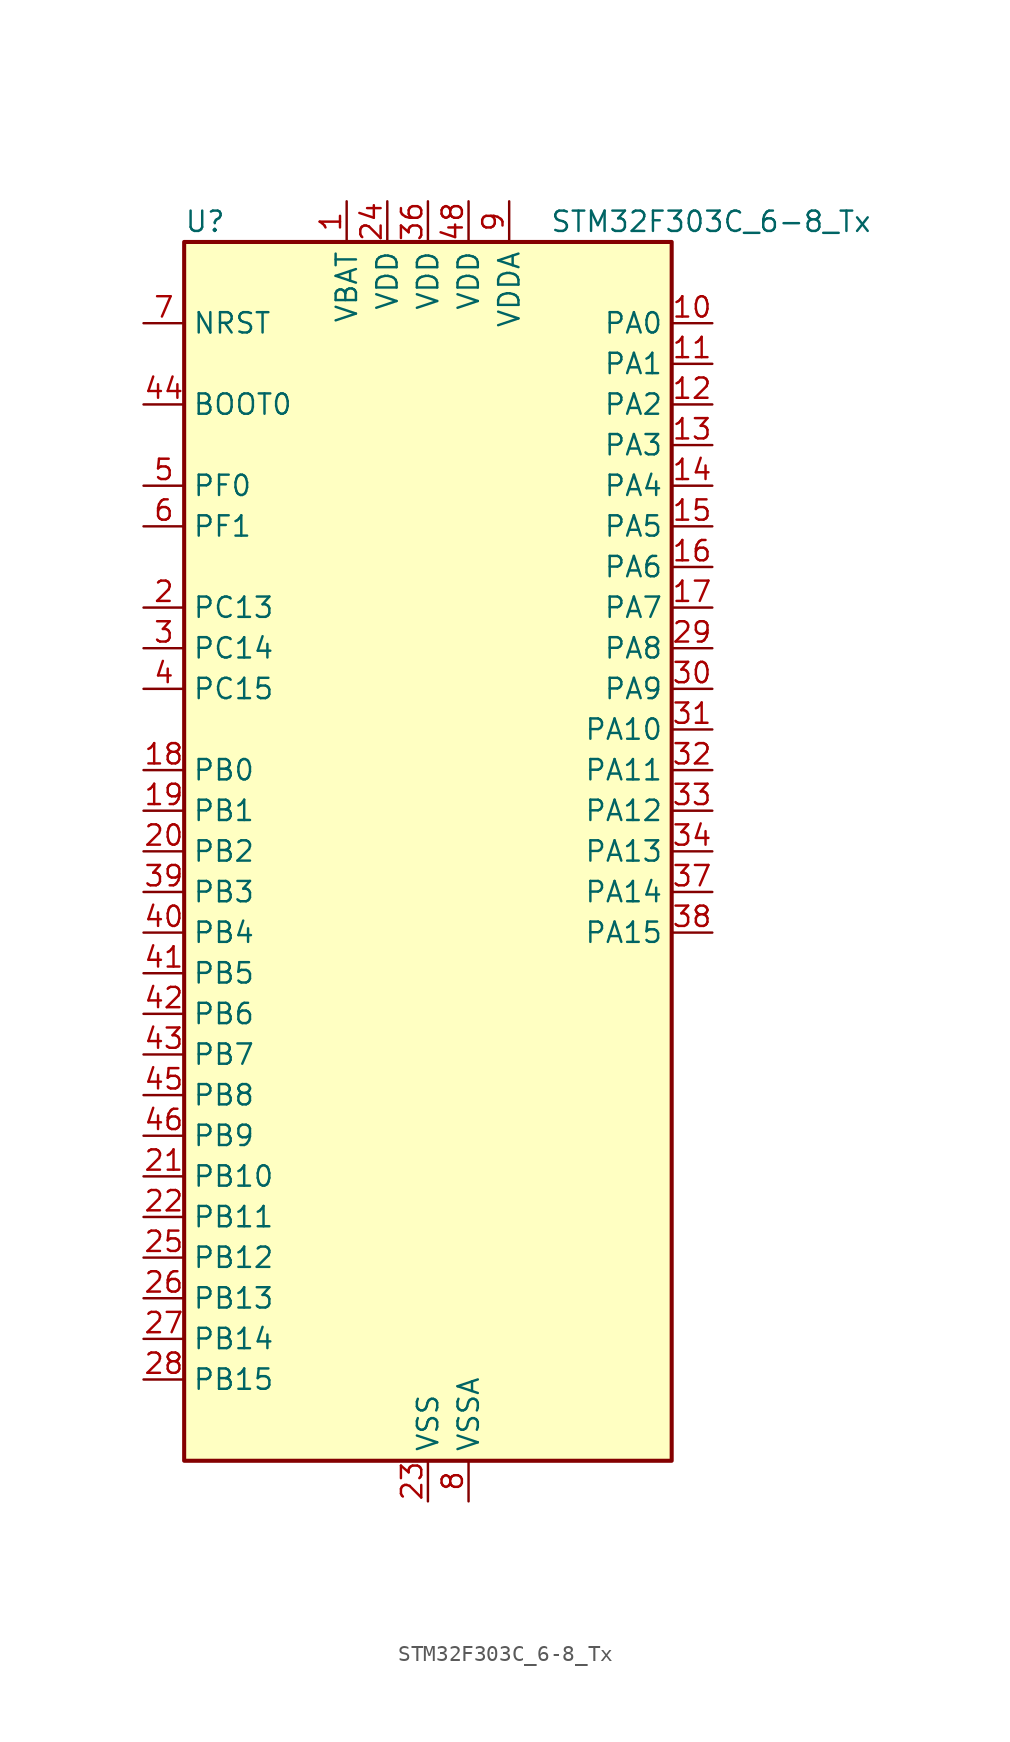
<source format=kicad_sym>
(kicad_symbol_lib
  (version 20241209)
  (generator "kicad_symbol_editor")
  (generator_version "9.0")
  (symbol "STM32F303C_6-8_Tx"
    (property "Reference" "U"
      (at -15.24 39.37 0)
      (effects (font (size 1.27 1.27)) (justify left)))
    (property "Value" "STM32F303C_6-8_Tx"
      (at 7.62 39.37 0)
      (effects (font (size 1.27 1.27)) (justify left)))
    (symbol "STM32F303C_6-8_Tx_0_1"
      (rectangle (start -15.24 -38.1) (end 15.24 38.1) (stroke (width 0.254) (type default)) (fill (type background))))
    (symbol "STM32F303C_6-8_Tx_1_1"
      (pin input line (at -17.78 33.02 0) (length 2.54) (name "NRST" (effects (font (size 1.27 1.27)))) (number "7" (effects (font (size 1.27 1.27)))))
      (pin input line (at -17.78 27.94 0) (length 2.54) (name "BOOT0" (effects (font (size 1.27 1.27)))) (number "44" (effects (font (size 1.27 1.27)))))
      (pin bidirectional line (at -17.78 22.86 0) (length 2.54) (name "PF0" (effects (font (size 1.27 1.27)))) (number "5" (effects (font (size 1.27 1.27)))) (alternate "RCC_OSC_IN" bidirectional line) (alternate "TIM1_CH3N" bidirectional line))
      (pin bidirectional line (at -17.78 20.32 0) (length 2.54) (name "PF1" (effects (font (size 1.27 1.27)))) (number "6" (effects (font (size 1.27 1.27)))) (alternate "RCC_OSC_OUT" bidirectional line))
      (pin bidirectional line (at -17.78 15.24 0) (length 2.54) (name "PC13" (effects (font (size 1.27 1.27)))) (number "2" (effects (font (size 1.27 1.27)))) (alternate "RTC_OUT_ALARM" bidirectional line) (alternate "RTC_OUT_CALIB" bidirectional line) (alternate "RTC_TAMP1" bidirectional line) (alternate "RTC_TS" bidirectional line) (alternate "SYS_WKUP2" bidirectional line) (alternate "TIM1_CH1N" bidirectional line))
      (pin bidirectional line (at -17.78 12.7 0) (length 2.54) (name "PC14" (effects (font (size 1.27 1.27)))) (number "3" (effects (font (size 1.27 1.27)))) (alternate "RCC_OSC32_IN" bidirectional line))
      (pin bidirectional line (at -17.78 10.16 0) (length 2.54) (name "PC15" (effects (font (size 1.27 1.27)))) (number "4" (effects (font (size 1.27 1.27)))) (alternate "RCC_OSC32_OUT" bidirectional line))
      (pin bidirectional line (at -17.78 5.08 0) (length 2.54) (name "PB0" (effects (font (size 1.27 1.27)))) (number "18" (effects (font (size 1.27 1.27)))) (alternate "ADC1_IN11" bidirectional line) (alternate "COMP4_INP" bidirectional line) (alternate "OPAMP2_VINP" bidirectional line) (alternate "OPAMP2_VINP_SEC" bidirectional line) (alternate "TIM1_CH2N" bidirectional line) (alternate "TIM3_CH3" bidirectional line) (alternate "TSC_G3_IO2" bidirectional line))
      (pin bidirectional line (at -17.78 2.54 0) (length 2.54) (name "PB1" (effects (font (size 1.27 1.27)))) (number "19" (effects (font (size 1.27 1.27)))) (alternate "ADC1_IN12" bidirectional line) (alternate "COMP4_OUT" bidirectional line) (alternate "TIM1_CH3N" bidirectional line) (alternate "TIM3_CH4" bidirectional line) (alternate "TSC_G3_IO3" bidirectional line))
      (pin bidirectional line (at -17.78 0 0) (length 2.54) (name "PB2" (effects (font (size 1.27 1.27)))) (number "20" (effects (font (size 1.27 1.27)))) (alternate "ADC2_IN12" bidirectional line) (alternate "COMP4_INM" bidirectional line) (alternate "TSC_G3_IO4" bidirectional line))
      (pin bidirectional line (at -17.78 -2.54 0) (length 2.54) (name "PB3" (effects (font (size 1.27 1.27)))) (number "39" (effects (font (size 1.27 1.27)))) (alternate "SPI1_SCK" bidirectional line) (alternate "SYS_JTDO-TRACESWO" bidirectional line) (alternate "TIM2_CH2" bidirectional line) (alternate "TIM3_ETR" bidirectional line) (alternate "TSC_G5_IO1" bidirectional line) (alternate "USART2_TX" bidirectional line))
      (pin bidirectional line (at -17.78 -5.08 0) (length 2.54) (name "PB4" (effects (font (size 1.27 1.27)))) (number "40" (effects (font (size 1.27 1.27)))) (alternate "SPI1_MISO" bidirectional line) (alternate "SYS_NJTRST" bidirectional line) (alternate "TIM16_CH1" bidirectional line) (alternate "TIM17_BKIN" bidirectional line) (alternate "TIM3_CH1" bidirectional line) (alternate "TSC_G5_IO2" bidirectional line) (alternate "USART2_RX" bidirectional line))
      (pin bidirectional line (at -17.78 -7.62 0) (length 2.54) (name "PB5" (effects (font (size 1.27 1.27)))) (number "41" (effects (font (size 1.27 1.27)))) (alternate "I2C1_SMBA" bidirectional line) (alternate "SPI1_MOSI" bidirectional line) (alternate "TIM16_BKIN" bidirectional line) (alternate "TIM17_CH1" bidirectional line) (alternate "TIM3_CH2" bidirectional line) (alternate "USART2_CK" bidirectional line))
      (pin bidirectional line (at -17.78 -10.16 0) (length 2.54) (name "PB6" (effects (font (size 1.27 1.27)))) (number "42" (effects (font (size 1.27 1.27)))) (alternate "I2C1_SCL" bidirectional line) (alternate "TIM16_CH1N" bidirectional line) (alternate "TSC_G5_IO3" bidirectional line) (alternate "USART1_TX" bidirectional line))
      (pin bidirectional line (at -17.78 -12.7 0) (length 2.54) (name "PB7" (effects (font (size 1.27 1.27)))) (number "43" (effects (font (size 1.27 1.27)))) (alternate "I2C1_SDA" bidirectional line) (alternate "TIM17_CH1N" bidirectional line) (alternate "TIM3_CH4" bidirectional line) (alternate "TSC_G5_IO4" bidirectional line) (alternate "USART1_RX" bidirectional line))
      (pin bidirectional line (at -17.78 -15.24 0) (length 2.54) (name "PB8" (effects (font (size 1.27 1.27)))) (number "45" (effects (font (size 1.27 1.27)))) (alternate "CAN_RX" bidirectional line) (alternate "I2C1_SCL" bidirectional line) (alternate "TIM16_CH1" bidirectional line) (alternate "TIM1_BKIN" bidirectional line) (alternate "TSC_SYNC" bidirectional line) (alternate "USART3_RX" bidirectional line))
      (pin bidirectional line (at -17.78 -17.78 0) (length 2.54) (name "PB9" (effects (font (size 1.27 1.27)))) (number "46" (effects (font (size 1.27 1.27)))) (alternate "CAN_TX" bidirectional line) (alternate "COMP2_OUT" bidirectional line) (alternate "DAC1_EXTI9" bidirectional line) (alternate "DAC2_EXTI9" bidirectional line) (alternate "I2C1_SDA" bidirectional line) (alternate "IR_OUT" bidirectional line) (alternate "TIM17_CH1" bidirectional line) (alternate "USART3_TX" bidirectional line))
      (pin bidirectional line (at -17.78 -20.32 0) (length 2.54) (name "PB10" (effects (font (size 1.27 1.27)))) (number "21" (effects (font (size 1.27 1.27)))) (alternate "TIM2_CH3" bidirectional line) (alternate "TSC_SYNC" bidirectional line) (alternate "USART3_TX" bidirectional line))
      (pin bidirectional line (at -17.78 -22.86 0) (length 2.54) (name "PB11" (effects (font (size 1.27 1.27)))) (number "22" (effects (font (size 1.27 1.27)))) (alternate "COMP6_INP" bidirectional line) (alternate "TIM2_CH4" bidirectional line) (alternate "TSC_G6_IO1" bidirectional line) (alternate "USART3_RX" bidirectional line))
      (pin bidirectional line (at -17.78 -25.4 0) (length 2.54) (name "PB12" (effects (font (size 1.27 1.27)))) (number "25" (effects (font (size 1.27 1.27)))) (alternate "ADC2_IN13" bidirectional line) (alternate "TIM1_BKIN" bidirectional line) (alternate "TSC_G6_IO2" bidirectional line) (alternate "USART3_CK" bidirectional line))
      (pin bidirectional line (at -17.78 -27.94 0) (length 2.54) (name "PB13" (effects (font (size 1.27 1.27)))) (number "26" (effects (font (size 1.27 1.27)))) (alternate "ADC1_IN13" bidirectional line) (alternate "TIM1_CH1N" bidirectional line) (alternate "TSC_G6_IO3" bidirectional line) (alternate "USART3_CTS" bidirectional line))
      (pin bidirectional line (at -17.78 -30.48 0) (length 2.54) (name "PB14" (effects (font (size 1.27 1.27)))) (number "27" (effects (font (size 1.27 1.27)))) (alternate "ADC2_IN14" bidirectional line) (alternate "OPAMP2_VINP" bidirectional line) (alternate "OPAMP2_VINP_SEC" bidirectional line) (alternate "TIM15_CH1" bidirectional line) (alternate "TIM1_CH2N" bidirectional line) (alternate "TSC_G6_IO4" bidirectional line) (alternate "USART3_DE" bidirectional line) (alternate "USART3_RTS" bidirectional line))
      (pin bidirectional line (at -17.78 -33.02 0) (length 2.54) (name "PB15" (effects (font (size 1.27 1.27)))) (number "28" (effects (font (size 1.27 1.27)))) (alternate "ADC2_IN15" bidirectional line) (alternate "COMP6_INM" bidirectional line) (alternate "RTC_REFIN" bidirectional line) (alternate "TIM15_CH1N" bidirectional line) (alternate "TIM15_CH2" bidirectional line) (alternate "TIM1_CH3N" bidirectional line))
      (pin power_in line (at -5.08 40.64 270) (length 2.54) (name "VBAT" (effects (font (size 1.27 1.27)))) (number "1" (effects (font (size 1.27 1.27)))))
      (pin power_in line (at -2.54 40.64 270) (length 2.54) (name "VDD" (effects (font (size 1.27 1.27)))) (number "24" (effects (font (size 1.27 1.27)))))
      (pin power_in line (at 0 40.64 270) (length 2.54) (name "VDD" (effects (font (size 1.27 1.27)))) (number "36" (effects (font (size 1.27 1.27)))))
      (pin power_in line (at 0 -40.64 90) (length 2.54) (name "VSS" (effects (font (size 1.27 1.27)))) (number "23" (effects (font (size 1.27 1.27)))))
      (pin passive line (at 0 -40.64 90) (length 2.54) (hide yes) (name "VSS" (effects (font (size 1.27 1.27)))) (number "35" (effects (font (size 1.27 1.27)))))
      (pin passive line (at 0 -40.64 90) (length 2.54) (hide yes) (name "VSS" (effects (font (size 1.27 1.27)))) (number "47" (effects (font (size 1.27 1.27)))))
      (pin power_in line (at 2.54 40.64 270) (length 2.54) (name "VDD" (effects (font (size 1.27 1.27)))) (number "48" (effects (font (size 1.27 1.27)))))
      (pin power_in line (at 2.54 -40.64 90) (length 2.54) (name "VSSA" (effects (font (size 1.27 1.27)))) (number "8" (effects (font (size 1.27 1.27)))))
      (pin power_in line (at 5.08 40.64 270) (length 2.54) (name "VDDA" (effects (font (size 1.27 1.27)))) (number "9" (effects (font (size 1.27 1.27)))))
      (pin bidirectional line (at 17.78 33.02 180) (length 2.54) (name "PA0" (effects (font (size 1.27 1.27)))) (number "10" (effects (font (size 1.27 1.27)))) (alternate "ADC1_IN1" bidirectional line) (alternate "RTC_TAMP2" bidirectional line) (alternate "SYS_WKUP1" bidirectional line) (alternate "TIM2_CH1" bidirectional line) (alternate "TIM2_ETR" bidirectional line) (alternate "TSC_G1_IO1" bidirectional line) (alternate "USART2_CTS" bidirectional line))
      (pin bidirectional line (at 17.78 30.48 180) (length 2.54) (name "PA1" (effects (font (size 1.27 1.27)))) (number "11" (effects (font (size 1.27 1.27)))) (alternate "ADC1_IN2" bidirectional line) (alternate "RTC_REFIN" bidirectional line) (alternate "TIM15_CH1N" bidirectional line) (alternate "TIM2_CH2" bidirectional line) (alternate "TSC_G1_IO2" bidirectional line) (alternate "USART2_DE" bidirectional line) (alternate "USART2_RTS" bidirectional line))
      (pin bidirectional line (at 17.78 27.94 180) (length 2.54) (name "PA2" (effects (font (size 1.27 1.27)))) (number "12" (effects (font (size 1.27 1.27)))) (alternate "ADC1_IN3" bidirectional line) (alternate "COMP2_INM" bidirectional line) (alternate "COMP2_OUT" bidirectional line) (alternate "TIM15_CH1" bidirectional line) (alternate "TIM2_CH3" bidirectional line) (alternate "TSC_G1_IO3" bidirectional line) (alternate "USART2_TX" bidirectional line))
      (pin bidirectional line (at 17.78 25.4 180) (length 2.54) (name "PA3" (effects (font (size 1.27 1.27)))) (number "13" (effects (font (size 1.27 1.27)))) (alternate "ADC1_IN4" bidirectional line) (alternate "TIM15_CH2" bidirectional line) (alternate "TIM2_CH4" bidirectional line) (alternate "TSC_G1_IO4" bidirectional line) (alternate "USART2_RX" bidirectional line))
      (pin bidirectional line (at 17.78 22.86 180) (length 2.54) (name "PA4" (effects (font (size 1.27 1.27)))) (number "14" (effects (font (size 1.27 1.27)))) (alternate "ADC2_IN1" bidirectional line) (alternate "COMP2_INM" bidirectional line) (alternate "COMP4_INM" bidirectional line) (alternate "COMP6_INM" bidirectional line) (alternate "DAC1_OUT1" bidirectional line) (alternate "SPI1_NSS" bidirectional line) (alternate "TIM3_CH2" bidirectional line) (alternate "TSC_G2_IO1" bidirectional line) (alternate "USART2_CK" bidirectional line))
      (pin bidirectional line (at 17.78 20.32 180) (length 2.54) (name "PA5" (effects (font (size 1.27 1.27)))) (number "15" (effects (font (size 1.27 1.27)))) (alternate "ADC2_IN2" bidirectional line) (alternate "DAC1_OUT2" bidirectional line) (alternate "OPAMP2_VINM" bidirectional line) (alternate "OPAMP2_VINM_SEC" bidirectional line) (alternate "SPI1_SCK" bidirectional line) (alternate "TIM2_CH1" bidirectional line) (alternate "TIM2_ETR" bidirectional line) (alternate "TSC_G2_IO2" bidirectional line))
      (pin bidirectional line (at 17.78 17.78 180) (length 2.54) (name "PA6" (effects (font (size 1.27 1.27)))) (number "16" (effects (font (size 1.27 1.27)))) (alternate "ADC2_IN3" bidirectional line) (alternate "DAC2_OUT1" bidirectional line) (alternate "OPAMP2_VOUT" bidirectional line) (alternate "SPI1_MISO" bidirectional line) (alternate "TIM16_CH1" bidirectional line) (alternate "TIM1_BKIN" bidirectional line) (alternate "TIM3_CH1" bidirectional line) (alternate "TSC_G2_IO3" bidirectional line))
      (pin bidirectional line (at 17.78 15.24 180) (length 2.54) (name "PA7" (effects (font (size 1.27 1.27)))) (number "17" (effects (font (size 1.27 1.27)))) (alternate "ADC2_IN4" bidirectional line) (alternate "COMP2_INP" bidirectional line) (alternate "OPAMP2_VINP" bidirectional line) (alternate "OPAMP2_VINP_SEC" bidirectional line) (alternate "SPI1_MOSI" bidirectional line) (alternate "TIM17_CH1" bidirectional line) (alternate "TIM1_CH1N" bidirectional line) (alternate "TIM3_CH2" bidirectional line) (alternate "TSC_G2_IO4" bidirectional line))
      (pin bidirectional line (at 17.78 12.7 180) (length 2.54) (name "PA8" (effects (font (size 1.27 1.27)))) (number "29" (effects (font (size 1.27 1.27)))) (alternate "RCC_MCO" bidirectional line) (alternate "TIM1_CH1" bidirectional line) (alternate "USART1_CK" bidirectional line))
      (pin bidirectional line (at 17.78 10.16 180) (length 2.54) (name "PA9" (effects (font (size 1.27 1.27)))) (number "30" (effects (font (size 1.27 1.27)))) (alternate "DAC1_EXTI9" bidirectional line) (alternate "DAC2_EXTI9" bidirectional line) (alternate "TIM15_BKIN" bidirectional line) (alternate "TIM1_CH2" bidirectional line) (alternate "TIM2_CH3" bidirectional line) (alternate "TSC_G4_IO1" bidirectional line) (alternate "USART1_TX" bidirectional line))
      (pin bidirectional line (at 17.78 7.62 180) (length 2.54) (name "PA10" (effects (font (size 1.27 1.27)))) (number "31" (effects (font (size 1.27 1.27)))) (alternate "COMP6_OUT" bidirectional line) (alternate "TIM17_BKIN" bidirectional line) (alternate "TIM1_CH3" bidirectional line) (alternate "TIM2_CH4" bidirectional line) (alternate "TSC_G4_IO2" bidirectional line) (alternate "USART1_RX" bidirectional line))
      (pin bidirectional line (at 17.78 5.08 180) (length 2.54) (name "PA11" (effects (font (size 1.27 1.27)))) (number "32" (effects (font (size 1.27 1.27)))) (alternate "CAN_RX" bidirectional line) (alternate "TIM1_BKIN2" bidirectional line) (alternate "TIM1_CH1N" bidirectional line) (alternate "TIM1_CH4" bidirectional line) (alternate "USART1_CTS" bidirectional line))
      (pin bidirectional line (at 17.78 2.54 180) (length 2.54) (name "PA12" (effects (font (size 1.27 1.27)))) (number "33" (effects (font (size 1.27 1.27)))) (alternate "CAN_TX" bidirectional line) (alternate "COMP2_OUT" bidirectional line) (alternate "TIM16_CH1" bidirectional line) (alternate "TIM1_CH2N" bidirectional line) (alternate "TIM1_ETR" bidirectional line) (alternate "USART1_DE" bidirectional line) (alternate "USART1_RTS" bidirectional line))
      (pin bidirectional line (at 17.78 0 180) (length 2.54) (name "PA13" (effects (font (size 1.27 1.27)))) (number "34" (effects (font (size 1.27 1.27)))) (alternate "IR_OUT" bidirectional line) (alternate "SYS_JTMS-SWDIO" bidirectional line) (alternate "TIM16_CH1N" bidirectional line) (alternate "TSC_G4_IO3" bidirectional line) (alternate "USART3_CTS" bidirectional line))
      (pin bidirectional line (at 17.78 -2.54 180) (length 2.54) (name "PA14" (effects (font (size 1.27 1.27)))) (number "37" (effects (font (size 1.27 1.27)))) (alternate "I2C1_SDA" bidirectional line) (alternate "SYS_JTCK-SWCLK" bidirectional line) (alternate "TIM1_BKIN" bidirectional line) (alternate "TSC_G4_IO4" bidirectional line) (alternate "USART2_TX" bidirectional line))
      (pin bidirectional line (at 17.78 -5.08 180) (length 2.54) (name "PA15" (effects (font (size 1.27 1.27)))) (number "38" (effects (font (size 1.27 1.27)))) (alternate "I2C1_SCL" bidirectional line) (alternate "SPI1_NSS" bidirectional line) (alternate "SYS_JTDI" bidirectional line) (alternate "TIM1_BKIN" bidirectional line) (alternate "TIM2_CH1" bidirectional line) (alternate "TIM2_ETR" bidirectional line) (alternate "TSC_SYNC" bidirectional line) (alternate "USART2_RX" bidirectional line)))))
</source>
